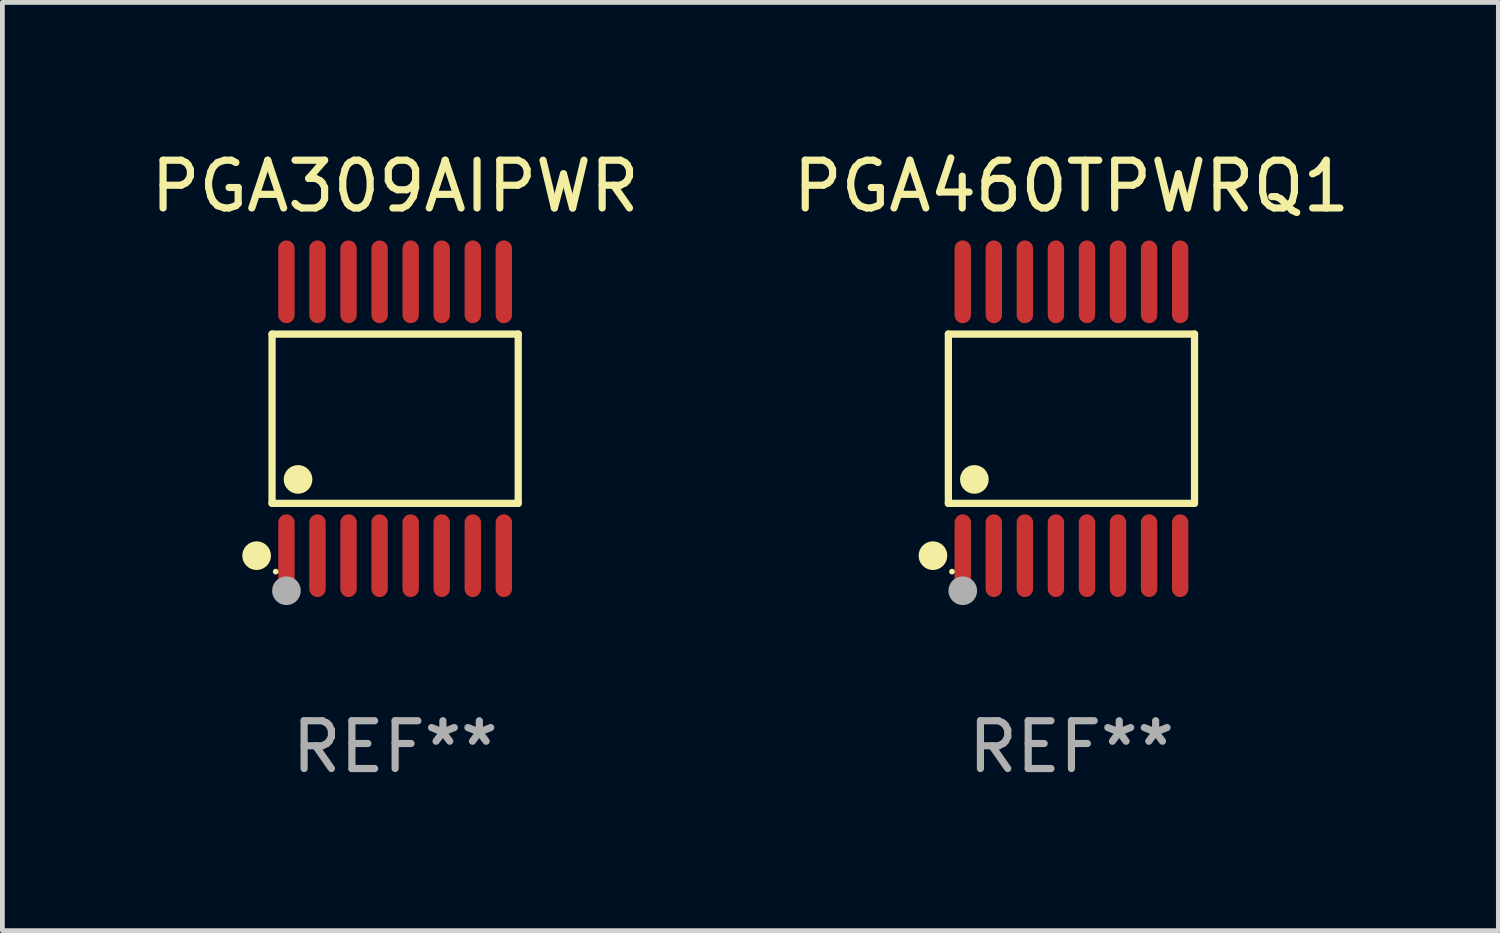
<source format=kicad_pcb>
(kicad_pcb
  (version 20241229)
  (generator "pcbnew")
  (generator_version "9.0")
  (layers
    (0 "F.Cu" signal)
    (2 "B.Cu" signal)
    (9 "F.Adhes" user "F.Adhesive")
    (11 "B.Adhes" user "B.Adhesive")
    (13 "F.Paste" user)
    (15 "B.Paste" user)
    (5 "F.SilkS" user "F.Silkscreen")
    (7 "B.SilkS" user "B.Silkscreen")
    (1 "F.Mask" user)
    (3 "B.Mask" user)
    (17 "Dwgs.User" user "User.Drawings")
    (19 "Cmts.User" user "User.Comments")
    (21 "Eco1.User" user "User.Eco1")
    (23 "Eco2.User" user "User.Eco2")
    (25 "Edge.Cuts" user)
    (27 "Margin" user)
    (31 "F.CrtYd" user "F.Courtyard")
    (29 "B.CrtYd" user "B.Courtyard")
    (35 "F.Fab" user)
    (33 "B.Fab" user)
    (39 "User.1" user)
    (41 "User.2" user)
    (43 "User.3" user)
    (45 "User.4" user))
  (footprint "PGA460TPWRQ1"
    (layer "F.Cu")
    (at 19.375 5.714)
    (property "Reference" "PGA460TPWRQ1" (at 0 -4.866 0) (layer "F.SilkS") (effects (font (size 1 1) (thickness 0.15))))
    (attr through_hole)
    (fp_line (start -2.576 -1.772) (end 2.576 -1.772) (stroke (width 0.152) (type solid)) (layer "F.SilkS"))
    (fp_line (start -2.576 1.771) (end -2.576 -1.772) (stroke (width 0.152) (type solid)) (layer "F.SilkS"))
    (fp_line (start 2.576 -1.772) (end 2.576 1.771) (stroke (width 0.152) (type solid)) (layer "F.SilkS"))
    (fp_line (start 2.576 1.771) (end -2.576 1.771) (stroke (width 0.152) (type solid)) (layer "F.SilkS"))
    (fp_circle (center -2.899 2.866) (end -2.749 2.866) (stroke (width 0.3) (type solid)) (fill no) (layer "F.SilkS"))
    (fp_circle (center -2.5 3.2) (end -2.47 3.2) (stroke (width 0.06) (type solid)) (fill no) (layer "F.SilkS"))
    (fp_circle (center -2.032 1.27) (end -1.882 1.27) (stroke (width 0.3) (type solid)) (fill no) (layer "F.SilkS"))
    (fp_circle (center -2.275 3.6) (end -2.125 3.6) (stroke (width 0.3) (type solid)) (fill no) (layer "F.Fab"))
    (fp_text user "REF**" (at 0 6.866 0) (layer "F.Fab") (effects (font (size 1 1) (thickness 0.15))))
    (pad "1" smd oval (at -2.275 2.866) (size 0.343 1.731) (layers "F.Cu" "F.Mask" "F.Paste"))
    (pad "2" smd oval (at -1.625 2.866) (size 0.343 1.731) (layers "F.Cu" "F.Mask" "F.Paste"))
    (pad "3" smd oval (at -0.975 2.866) (size 0.343 1.731) (layers "F.Cu" "F.Mask" "F.Paste"))
    (pad "4" smd oval (at -0.325 2.866) (size 0.343 1.731) (layers "F.Cu" "F.Mask" "F.Paste"))
    (pad "5" smd oval (at 0.325 2.866) (size 0.343 1.731) (layers "F.Cu" "F.Mask" "F.Paste"))
    (pad "6" smd oval (at 0.975 2.866) (size 0.343 1.731) (layers "F.Cu" "F.Mask" "F.Paste"))
    (pad "7" smd oval (at 1.625 2.866) (size 0.343 1.731) (layers "F.Cu" "F.Mask" "F.Paste"))
    (pad "8" smd oval (at 2.275 2.866) (size 0.343 1.731) (layers "F.Cu" "F.Mask" "F.Paste"))
    (pad "9" smd oval (at 2.275 -2.866) (size 0.343 1.731) (layers "F.Cu" "F.Mask" "F.Paste"))
    (pad "10" smd oval (at 1.625 -2.866) (size 0.343 1.731) (layers "F.Cu" "F.Mask" "F.Paste"))
    (pad "11" smd oval (at 0.975 -2.866) (size 0.343 1.731) (layers "F.Cu" "F.Mask" "F.Paste"))
    (pad "12" smd oval (at 0.325 -2.866) (size 0.343 1.731) (layers "F.Cu" "F.Mask" "F.Paste"))
    (pad "13" smd oval (at -0.325 -2.866) (size 0.343 1.731) (layers "F.Cu" "F.Mask" "F.Paste"))
    (pad "14" smd oval (at -0.975 -2.866) (size 0.343 1.731) (layers "F.Cu" "F.Mask" "F.Paste"))
    (pad "15" smd oval (at -1.625 -2.866) (size 0.343 1.731) (layers "F.Cu" "F.Mask" "F.Paste"))
    (pad "16" smd oval (at -2.275 -2.866) (size 0.343 1.731) (layers "F.Cu" "F.Mask" "F.Paste")))
  (footprint "PGA309AIPWR"
    (layer "F.Cu")
    (at 5.22 5.714)
    (property "Reference" "PGA309AIPWR" (at 0 -4.866 0) (layer "F.SilkS") (effects (font (size 1 1) (thickness 0.15))))
    (attr through_hole)
    (fp_line (start -2.576 -1.772) (end 2.576 -1.772) (stroke (width 0.152) (type solid)) (layer "F.SilkS"))
    (fp_line (start -2.576 1.771) (end -2.576 -1.772) (stroke (width 0.152) (type solid)) (layer "F.SilkS"))
    (fp_line (start 2.576 -1.772) (end 2.576 1.771) (stroke (width 0.152) (type solid)) (layer "F.SilkS"))
    (fp_line (start 2.576 1.771) (end -2.576 1.771) (stroke (width 0.152) (type solid)) (layer "F.SilkS"))
    (fp_circle (center -2.899 2.866) (end -2.749 2.866) (stroke (width 0.3) (type solid)) (fill no) (layer "F.SilkS"))
    (fp_circle (center -2.5 3.2) (end -2.47 3.2) (stroke (width 0.06) (type solid)) (fill no) (layer "F.SilkS"))
    (fp_circle (center -2.032 1.27) (end -1.882 1.27) (stroke (width 0.3) (type solid)) (fill no) (layer "F.SilkS"))
    (fp_circle (center -2.275 3.6) (end -2.125 3.6) (stroke (width 0.3) (type solid)) (fill no) (layer "F.Fab"))
    (fp_text user "REF**" (at 0 6.866 0) (layer "F.Fab") (effects (font (size 1 1) (thickness 0.15))))
    (pad "1" smd oval (at -2.275 2.866) (size 0.343 1.731) (layers "F.Cu" "F.Mask" "F.Paste"))
    (pad "2" smd oval (at -1.625 2.866) (size 0.343 1.731) (layers "F.Cu" "F.Mask" "F.Paste"))
    (pad "3" smd oval (at -0.975 2.866) (size 0.343 1.731) (layers "F.Cu" "F.Mask" "F.Paste"))
    (pad "4" smd oval (at -0.325 2.866) (size 0.343 1.731) (layers "F.Cu" "F.Mask" "F.Paste"))
    (pad "5" smd oval (at 0.325 2.866) (size 0.343 1.731) (layers "F.Cu" "F.Mask" "F.Paste"))
    (pad "6" smd oval (at 0.975 2.866) (size 0.343 1.731) (layers "F.Cu" "F.Mask" "F.Paste"))
    (pad "7" smd oval (at 1.625 2.866) (size 0.343 1.731) (layers "F.Cu" "F.Mask" "F.Paste"))
    (pad "8" smd oval (at 2.275 2.866) (size 0.343 1.731) (layers "F.Cu" "F.Mask" "F.Paste"))
    (pad "9" smd oval (at 2.275 -2.866) (size 0.343 1.731) (layers "F.Cu" "F.Mask" "F.Paste"))
    (pad "10" smd oval (at 1.625 -2.866) (size 0.343 1.731) (layers "F.Cu" "F.Mask" "F.Paste"))
    (pad "11" smd oval (at 0.975 -2.866) (size 0.343 1.731) (layers "F.Cu" "F.Mask" "F.Paste"))
    (pad "12" smd oval (at 0.325 -2.866) (size 0.343 1.731) (layers "F.Cu" "F.Mask" "F.Paste"))
    (pad "13" smd oval (at -0.325 -2.866) (size 0.343 1.731) (layers "F.Cu" "F.Mask" "F.Paste"))
    (pad "14" smd oval (at -0.975 -2.866) (size 0.343 1.731) (layers "F.Cu" "F.Mask" "F.Paste"))
    (pad "15" smd oval (at -1.625 -2.866) (size 0.343 1.731) (layers "F.Cu" "F.Mask" "F.Paste"))
    (pad "16" smd oval (at -2.275 -2.866) (size 0.343 1.731) (layers "F.Cu" "F.Mask" "F.Paste")))
  (gr_rect
    (start -3 -3)
    (end 28.31 16.428)
    (stroke (width 0.1) (type default))
    (fill no)
    (layer "Edge.Cuts")))
</source>
